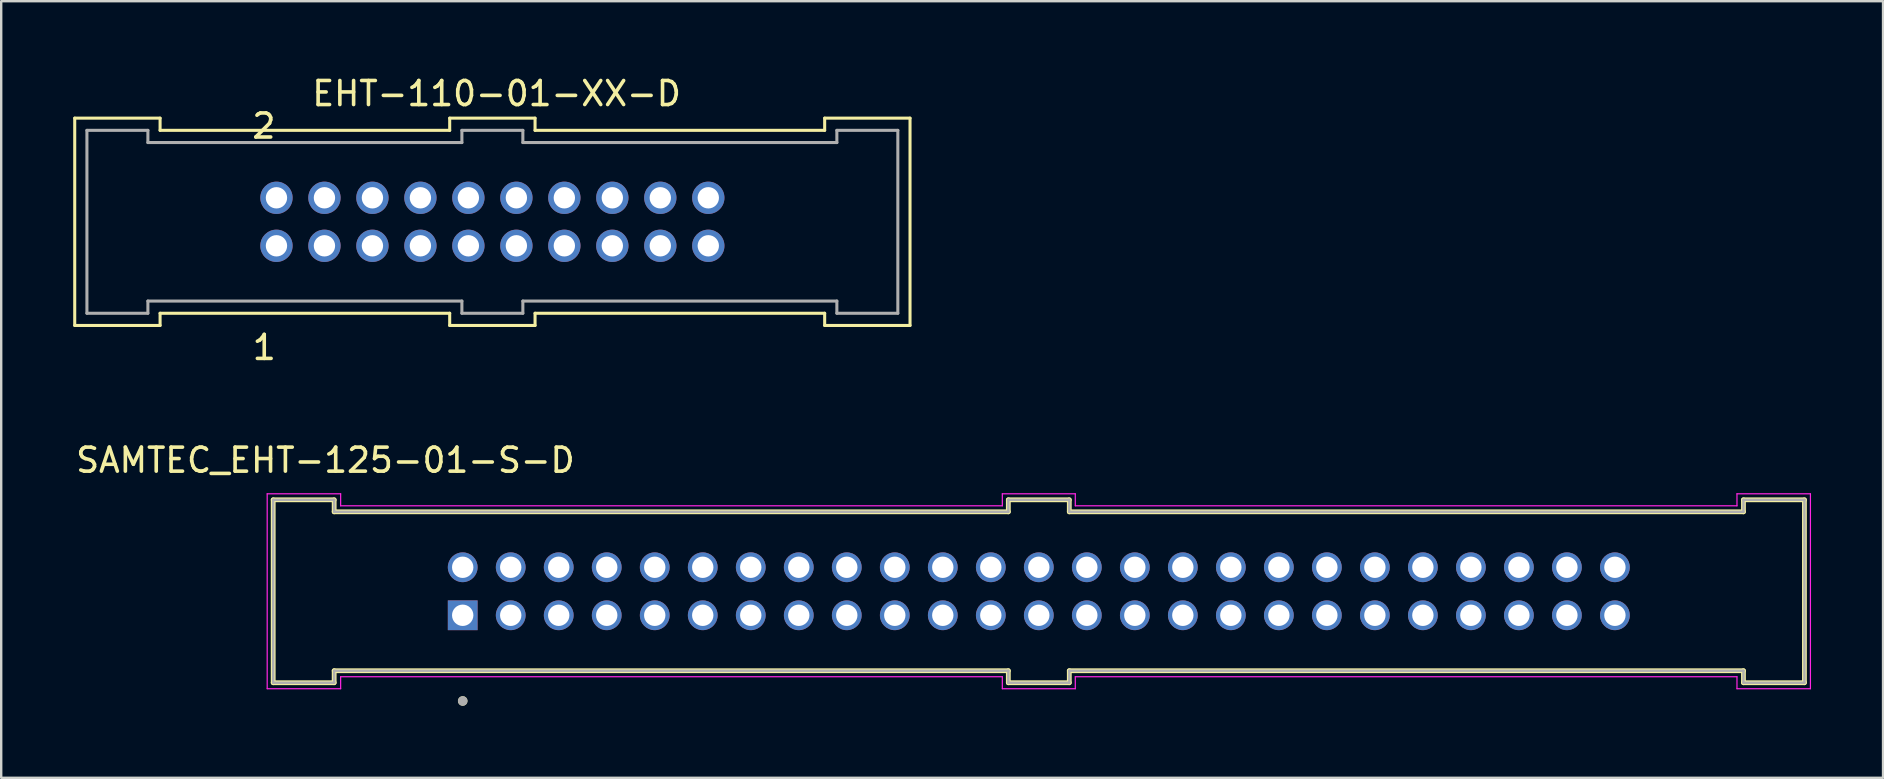
<source format=kicad_pcb>
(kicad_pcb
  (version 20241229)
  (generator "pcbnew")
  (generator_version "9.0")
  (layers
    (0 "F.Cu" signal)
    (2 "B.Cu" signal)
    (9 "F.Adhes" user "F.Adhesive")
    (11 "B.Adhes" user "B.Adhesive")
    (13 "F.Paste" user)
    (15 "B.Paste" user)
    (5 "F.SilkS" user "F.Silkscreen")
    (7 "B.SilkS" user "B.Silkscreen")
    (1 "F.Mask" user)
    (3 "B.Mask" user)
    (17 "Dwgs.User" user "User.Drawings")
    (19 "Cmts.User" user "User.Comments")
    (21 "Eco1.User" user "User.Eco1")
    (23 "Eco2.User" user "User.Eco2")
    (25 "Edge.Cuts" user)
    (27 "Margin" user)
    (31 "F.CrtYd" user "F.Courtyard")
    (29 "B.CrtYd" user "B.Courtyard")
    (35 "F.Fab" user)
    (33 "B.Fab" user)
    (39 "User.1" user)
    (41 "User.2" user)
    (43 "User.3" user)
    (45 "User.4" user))
  (footprint "EHT-110-01-XX-D"
    (layer "F.Cu")
    (at 17.462 6.19)
    (property "Reference" "EHT-110-01-XX-D" (at 0.177 -5.341 0) (layer "F.SilkS") (effects (font (size 1.001 1.001) (thickness 0.15))))
    (attr through_hole)
    (fp_line (start -17.399 -4.318) (end -13.843 -4.318) (stroke (width 0.127) (type solid)) (layer "F.SilkS"))
    (fp_line (start -17.399 4.318) (end -17.399 -4.318) (stroke (width 0.127) (type solid)) (layer "F.SilkS"))
    (fp_line (start -13.843 -4.318) (end -13.843 -3.81) (stroke (width 0.127) (type solid)) (layer "F.SilkS"))
    (fp_line (start -13.843 -3.81) (end -1.778 -3.81) (stroke (width 0.127) (type solid)) (layer "F.SilkS"))
    (fp_line (start -13.843 3.81) (end -13.843 4.318) (stroke (width 0.127) (type solid)) (layer "F.SilkS"))
    (fp_line (start -13.843 4.318) (end -17.399 4.318) (stroke (width 0.127) (type solid)) (layer "F.SilkS"))
    (fp_line (start -1.778 -4.318) (end 1.778 -4.318) (stroke (width 0.127) (type solid)) (layer "F.SilkS"))
    (fp_line (start -1.778 -3.81) (end -1.778 -4.318) (stroke (width 0.127) (type solid)) (layer "F.SilkS"))
    (fp_line (start -1.778 3.81) (end -13.843 3.81) (stroke (width 0.127) (type solid)) (layer "F.SilkS"))
    (fp_line (start -1.778 4.318) (end -1.778 3.81) (stroke (width 0.127) (type solid)) (layer "F.SilkS"))
    (fp_line (start 1.778 -4.318) (end 1.778 -3.81) (stroke (width 0.127) (type solid)) (layer "F.SilkS"))
    (fp_line (start 1.778 -3.81) (end 13.843 -3.81) (stroke (width 0.127) (type solid)) (layer "F.SilkS"))
    (fp_line (start 1.778 3.81) (end 1.778 4.318) (stroke (width 0.127) (type solid)) (layer "F.SilkS"))
    (fp_line (start 1.778 4.318) (end -1.778 4.318) (stroke (width 0.127) (type solid)) (layer "F.SilkS"))
    (fp_line (start 13.843 -4.318) (end 17.399 -4.318) (stroke (width 0.127) (type solid)) (layer "F.SilkS"))
    (fp_line (start 13.843 -3.81) (end 13.843 -4.318) (stroke (width 0.127) (type solid)) (layer "F.SilkS"))
    (fp_line (start 13.843 3.81) (end 1.778 3.81) (stroke (width 0.127) (type solid)) (layer "F.SilkS"))
    (fp_line (start 13.843 4.318) (end 13.843 3.81) (stroke (width 0.127) (type solid)) (layer "F.SilkS"))
    (fp_line (start 17.399 -4.318) (end 17.399 4.318) (stroke (width 0.127) (type solid)) (layer "F.SilkS"))
    (fp_line (start 17.399 4.318) (end 13.843 4.318) (stroke (width 0.127) (type solid)) (layer "F.SilkS"))
    (fp_line (start -16.891 -3.81) (end -14.351 -3.81) (stroke (width 0.127) (type solid)) (layer "F.Fab"))
    (fp_line (start -16.891 3.81) (end -16.891 -3.81) (stroke (width 0.127) (type solid)) (layer "F.Fab"))
    (fp_line (start -14.351 -3.81) (end -14.351 -3.302) (stroke (width 0.127) (type solid)) (layer "F.Fab"))
    (fp_line (start -14.351 -3.302) (end -1.27 -3.302) (stroke (width 0.127) (type solid)) (layer "F.Fab"))
    (fp_line (start -14.351 3.302) (end -14.351 3.81) (stroke (width 0.127) (type solid)) (layer "F.Fab"))
    (fp_line (start -14.351 3.81) (end -16.891 3.81) (stroke (width 0.127) (type solid)) (layer "F.Fab"))
    (fp_line (start -1.27 -3.81) (end 1.27 -3.81) (stroke (width 0.127) (type solid)) (layer "F.Fab"))
    (fp_line (start -1.27 -3.302) (end -1.27 -3.81) (stroke (width 0.127) (type solid)) (layer "F.Fab"))
    (fp_line (start -1.27 3.302) (end -14.351 3.302) (stroke (width 0.127) (type solid)) (layer "F.Fab"))
    (fp_line (start -1.27 3.81) (end -1.27 3.302) (stroke (width 0.127) (type solid)) (layer "F.Fab"))
    (fp_line (start 1.27 -3.81) (end 1.27 -3.302) (stroke (width 0.127) (type solid)) (layer "F.Fab"))
    (fp_line (start 1.27 -3.302) (end 14.351 -3.302) (stroke (width 0.127) (type solid)) (layer "F.Fab"))
    (fp_line (start 1.27 3.302) (end 1.27 3.81) (stroke (width 0.127) (type solid)) (layer "F.Fab"))
    (fp_line (start 1.27 3.81) (end -1.27 3.81) (stroke (width 0.127) (type solid)) (layer "F.Fab"))
    (fp_line (start 14.351 -3.81) (end 16.891 -3.81) (stroke (width 0.127) (type solid)) (layer "F.Fab"))
    (fp_line (start 14.351 -3.302) (end 14.351 -3.81) (stroke (width 0.127) (type solid)) (layer "F.Fab"))
    (fp_line (start 14.351 3.302) (end 1.27 3.302) (stroke (width 0.127) (type solid)) (layer "F.Fab"))
    (fp_line (start 14.351 3.81) (end 14.351 3.302) (stroke (width 0.127) (type solid)) (layer "F.Fab"))
    (fp_line (start 16.891 -3.81) (end 16.891 3.81) (stroke (width 0.127) (type solid)) (layer "F.Fab"))
    (fp_line (start 16.891 3.81) (end 14.351 3.81) (stroke (width 0.127) (type solid)) (layer "F.Fab"))
    (fp_text user "1" (at -9.504 5.235 0) (layer "F.SilkS") (effects (font (size 1 1) (thickness 0.15))))
    (fp_text user "2" (at -9.521 -3.989 0) (layer "F.SilkS") (effects (font (size 1.002 1.002) (thickness 0.15))))
    (pad "1" thru_hole circle (at -8.995 1) (size 1.346 1.346) (drill 0.889) (layers "*.Cu" "*.Mask"))
    (pad "2" thru_hole circle (at -8.995 -1) (size 1.346 1.346) (drill 0.889) (layers "*.Cu" "*.Mask"))
    (pad "3" thru_hole circle (at -6.996 1) (size 1.346 1.346) (drill 0.889) (layers "*.Cu" "*.Mask"))
    (pad "4" thru_hole circle (at -6.996 -1) (size 1.346 1.346) (drill 0.889) (layers "*.Cu" "*.Mask"))
    (pad "5" thru_hole circle (at -4.997 1) (size 1.346 1.346) (drill 0.889) (layers "*.Cu" "*.Mask"))
    (pad "6" thru_hole circle (at -4.997 -1) (size 1.346 1.346) (drill 0.889) (layers "*.Cu" "*.Mask"))
    (pad "7" thru_hole circle (at -2.998 1) (size 1.346 1.346) (drill 0.889) (layers "*.Cu" "*.Mask"))
    (pad "8" thru_hole circle (at -2.998 -1) (size 1.346 1.346) (drill 0.889) (layers "*.Cu" "*.Mask"))
    (pad "9" thru_hole circle (at -1 1) (size 1.346 1.346) (drill 0.889) (layers "*.Cu" "*.Mask"))
    (pad "10" thru_hole circle (at -1 -1) (size 1.346 1.346) (drill 0.889) (layers "*.Cu" "*.Mask"))
    (pad "11" thru_hole circle (at 1 1) (size 1.346 1.346) (drill 0.889) (layers "*.Cu" "*.Mask"))
    (pad "12" thru_hole circle (at 1 -1) (size 1.346 1.346) (drill 0.889) (layers "*.Cu" "*.Mask"))
    (pad "13" thru_hole circle (at 2.998 1) (size 1.346 1.346) (drill 0.889) (layers "*.Cu" "*.Mask"))
    (pad "14" thru_hole circle (at 2.998 -1) (size 1.346 1.346) (drill 0.889) (layers "*.Cu" "*.Mask"))
    (pad "15" thru_hole circle (at 4.997 1) (size 1.346 1.346) (drill 0.889) (layers "*.Cu" "*.Mask"))
    (pad "16" thru_hole circle (at 4.997 -1) (size 1.346 1.346) (drill 0.889) (layers "*.Cu" "*.Mask"))
    (pad "17" thru_hole circle (at 6.996 1) (size 1.346 1.346) (drill 0.889) (layers "*.Cu" "*.Mask"))
    (pad "18" thru_hole circle (at 6.996 -1) (size 1.346 1.346) (drill 0.889) (layers "*.Cu" "*.Mask"))
    (pad "19" thru_hole circle (at 8.995 1) (size 1.346 1.346) (drill 0.889) (layers "*.Cu" "*.Mask"))
    (pad "20" thru_hole circle (at 8.995 -1) (size 1.346 1.346) (drill 0.889) (layers "*.Cu" "*.Mask")))
  (footprint "SAMTEC_EHT-125-01-S-D"
    (layer "F.Cu")
    (at 40.226 21.582)
    (property "Reference" "SAMTEC_EHT-125-01-S-D" (at -29.72 -5.46 0) (layer "F.SilkS") (effects (font (size 1 1) (thickness 0.15))))
    (attr through_hole)
    (fp_line (start -31.895 -3.81) (end -29.355 -3.81) (stroke (width 0.2) (type solid)) (layer "F.SilkS"))
    (fp_line (start -31.895 3.81) (end -31.895 -3.81) (stroke (width 0.2) (type solid)) (layer "F.SilkS"))
    (fp_line (start -31.895 3.81) (end -29.355 3.81) (stroke (width 0.2) (type solid)) (layer "F.SilkS"))
    (fp_line (start -29.355 -3.31) (end -29.355 -3.81) (stroke (width 0.2) (type solid)) (layer "F.SilkS"))
    (fp_line (start -29.355 -3.31) (end -1.27 -3.31) (stroke (width 0.2) (type solid)) (layer "F.SilkS"))
    (fp_line (start -29.355 3.31) (end -29.355 3.81) (stroke (width 0.2) (type solid)) (layer "F.SilkS"))
    (fp_line (start -29.355 3.31) (end -1.27 3.31) (stroke (width 0.2) (type solid)) (layer "F.SilkS"))
    (fp_line (start -1.27 -3.81) (end 1.27 -3.81) (stroke (width 0.2) (type solid)) (layer "F.SilkS"))
    (fp_line (start -1.27 -3.31) (end -1.27 -3.81) (stroke (width 0.2) (type solid)) (layer "F.SilkS"))
    (fp_line (start -1.27 3.31) (end -1.27 3.81) (stroke (width 0.2) (type solid)) (layer "F.SilkS"))
    (fp_line (start -1.27 3.81) (end 1.27 3.81) (stroke (width 0.2) (type solid)) (layer "F.SilkS"))
    (fp_line (start 1.27 -3.31) (end 1.27 -3.81) (stroke (width 0.2) (type solid)) (layer "F.SilkS"))
    (fp_line (start 1.27 3.31) (end 1.27 3.81) (stroke (width 0.2) (type solid)) (layer "F.SilkS"))
    (fp_line (start 29.355 -3.31) (end 1.27 -3.31) (stroke (width 0.2) (type solid)) (layer "F.SilkS"))
    (fp_line (start 29.355 -3.31) (end 29.355 -3.81) (stroke (width 0.2) (type solid)) (layer "F.SilkS"))
    (fp_line (start 29.355 3.31) (end 1.27 3.31) (stroke (width 0.2) (type solid)) (layer "F.SilkS"))
    (fp_line (start 29.355 3.31) (end 29.355 3.81) (stroke (width 0.2) (type solid)) (layer "F.SilkS"))
    (fp_line (start 31.895 -3.81) (end 29.355 -3.81) (stroke (width 0.2) (type solid)) (layer "F.SilkS"))
    (fp_line (start 31.895 3.81) (end 29.355 3.81) (stroke (width 0.2) (type solid)) (layer "F.SilkS"))
    (fp_line (start 31.895 3.81) (end 31.895 -3.81) (stroke (width 0.2) (type solid)) (layer "F.SilkS"))
    (fp_circle (center -24 4.57) (end -23.9 4.57) (stroke (width 0.2) (type solid)) (fill no) (layer "F.SilkS"))
    (fp_line (start -32.145 -4.06) (end -29.085 -4.06) (stroke (width 0.05) (type solid)) (layer "F.CrtYd"))
    (fp_line (start -32.145 4.06) (end -32.145 -4.06) (stroke (width 0.05) (type solid)) (layer "F.CrtYd"))
    (fp_line (start -32.145 4.06) (end -29.085 4.06) (stroke (width 0.05) (type solid)) (layer "F.CrtYd"))
    (fp_line (start -29.085 -3.56) (end -29.085 -4.06) (stroke (width 0.05) (type solid)) (layer "F.CrtYd"))
    (fp_line (start -29.085 -3.56) (end -1.52 -3.56) (stroke (width 0.05) (type solid)) (layer "F.CrtYd"))
    (fp_line (start -29.085 3.56) (end -29.085 4.06) (stroke (width 0.05) (type solid)) (layer "F.CrtYd"))
    (fp_line (start -29.085 3.56) (end -1.52 3.56) (stroke (width 0.05) (type solid)) (layer "F.CrtYd"))
    (fp_line (start -1.52 -4.06) (end 1.52 -4.06) (stroke (width 0.05) (type solid)) (layer "F.CrtYd"))
    (fp_line (start -1.52 -3.56) (end -1.52 -4.06) (stroke (width 0.05) (type solid)) (layer "F.CrtYd"))
    (fp_line (start -1.52 3.56) (end -1.52 4.06) (stroke (width 0.05) (type solid)) (layer "F.CrtYd"))
    (fp_line (start -1.52 4.06) (end 1.52 4.06) (stroke (width 0.05) (type solid)) (layer "F.CrtYd"))
    (fp_line (start 1.52 -3.56) (end 1.52 -4.06) (stroke (width 0.05) (type solid)) (layer "F.CrtYd"))
    (fp_line (start 1.52 3.56) (end 1.52 4.06) (stroke (width 0.05) (type solid)) (layer "F.CrtYd"))
    (fp_line (start 29.085 -3.56) (end 1.52 -3.56) (stroke (width 0.05) (type solid)) (layer "F.CrtYd"))
    (fp_line (start 29.085 -3.56) (end 29.085 -4.06) (stroke (width 0.05) (type solid)) (layer "F.CrtYd"))
    (fp_line (start 29.085 3.56) (end 1.52 3.56) (stroke (width 0.05) (type solid)) (layer "F.CrtYd"))
    (fp_line (start 29.085 3.56) (end 29.085 4.06) (stroke (width 0.05) (type solid)) (layer "F.CrtYd"))
    (fp_line (start 32.145 -4.06) (end 29.085 -4.06) (stroke (width 0.05) (type solid)) (layer "F.CrtYd"))
    (fp_line (start 32.145 4.06) (end 29.085 4.06) (stroke (width 0.05) (type solid)) (layer "F.CrtYd"))
    (fp_line (start 32.145 4.06) (end 32.145 -4.06) (stroke (width 0.05) (type solid)) (layer "F.CrtYd"))
    (fp_line (start -31.895 -3.81) (end -29.355 -3.81) (stroke (width 0.1) (type solid)) (layer "F.Fab"))
    (fp_line (start -31.895 3.81) (end -31.895 -3.81) (stroke (width 0.1) (type solid)) (layer "F.Fab"))
    (fp_line (start -31.895 3.81) (end -29.355 3.81) (stroke (width 0.1) (type solid)) (layer "F.Fab"))
    (fp_line (start -29.355 -3.31) (end -29.355 -3.81) (stroke (width 0.1) (type solid)) (layer "F.Fab"))
    (fp_line (start -29.355 -3.31) (end -1.27 -3.31) (stroke (width 0.1) (type solid)) (layer "F.Fab"))
    (fp_line (start -29.355 3.31) (end -29.355 3.81) (stroke (width 0.1) (type solid)) (layer "F.Fab"))
    (fp_line (start -29.355 3.31) (end -1.27 3.31) (stroke (width 0.1) (type solid)) (layer "F.Fab"))
    (fp_line (start -1.27 -3.81) (end 1.27 -3.81) (stroke (width 0.1) (type solid)) (layer "F.Fab"))
    (fp_line (start -1.27 -3.31) (end -1.27 -3.81) (stroke (width 0.1) (type solid)) (layer "F.Fab"))
    (fp_line (start -1.27 3.31) (end -1.27 3.81) (stroke (width 0.1) (type solid)) (layer "F.Fab"))
    (fp_line (start -1.27 3.81) (end 1.27 3.81) (stroke (width 0.1) (type solid)) (layer "F.Fab"))
    (fp_line (start 1.27 -3.31) (end 1.27 -3.81) (stroke (width 0.1) (type solid)) (layer "F.Fab"))
    (fp_line (start 1.27 3.31) (end 1.27 3.81) (stroke (width 0.1) (type solid)) (layer "F.Fab"))
    (fp_line (start 29.355 -3.31) (end 1.27 -3.31) (stroke (width 0.1) (type solid)) (layer "F.Fab"))
    (fp_line (start 29.355 -3.31) (end 29.355 -3.81) (stroke (width 0.1) (type solid)) (layer "F.Fab"))
    (fp_line (start 29.355 3.31) (end 1.27 3.31) (stroke (width 0.1) (type solid)) (layer "F.Fab"))
    (fp_line (start 29.355 3.31) (end 29.355 3.81) (stroke (width 0.1) (type solid)) (layer "F.Fab"))
    (fp_line (start 31.895 -3.81) (end 29.355 -3.81) (stroke (width 0.1) (type solid)) (layer "F.Fab"))
    (fp_line (start 31.895 3.81) (end 29.355 3.81) (stroke (width 0.1) (type solid)) (layer "F.Fab"))
    (fp_line (start 31.895 3.81) (end 31.895 -3.81) (stroke (width 0.1) (type solid)) (layer "F.Fab"))
    (fp_circle (center -24 4.57) (end -23.9 4.57) (stroke (width 0.2) (type solid)) (fill no) (layer "F.Fab"))
    (pad "1" thru_hole rect (at -24 1) (size 1.24 1.24) (drill 0.89) (layers "*.Cu" "*.Mask"))
    (pad "2" thru_hole circle (at -24 -1) (size 1.24 1.24) (drill 0.89) (layers "*.Cu" "*.Mask"))
    (pad "3" thru_hole circle (at -22 1) (size 1.24 1.24) (drill 0.89) (layers "*.Cu" "*.Mask"))
    (pad "4" thru_hole circle (at -22 -1) (size 1.24 1.24) (drill 0.89) (layers "*.Cu" "*.Mask"))
    (pad "5" thru_hole circle (at -20 1) (size 1.24 1.24) (drill 0.89) (layers "*.Cu" "*.Mask"))
    (pad "6" thru_hole circle (at -20 -1) (size 1.24 1.24) (drill 0.89) (layers "*.Cu" "*.Mask"))
    (pad "7" thru_hole circle (at -18 1) (size 1.24 1.24) (drill 0.89) (layers "*.Cu" "*.Mask"))
    (pad "8" thru_hole circle (at -18 -1) (size 1.24 1.24) (drill 0.89) (layers "*.Cu" "*.Mask"))
    (pad "9" thru_hole circle (at -16 1) (size 1.24 1.24) (drill 0.89) (layers "*.Cu" "*.Mask"))
    (pad "10" thru_hole circle (at -16 -1) (size 1.24 1.24) (drill 0.89) (layers "*.Cu" "*.Mask"))
    (pad "11" thru_hole circle (at -14 1) (size 1.24 1.24) (drill 0.89) (layers "*.Cu" "*.Mask"))
    (pad "12" thru_hole circle (at -14 -1) (size 1.24 1.24) (drill 0.89) (layers "*.Cu" "*.Mask"))
    (pad "13" thru_hole circle (at -12 1) (size 1.24 1.24) (drill 0.89) (layers "*.Cu" "*.Mask"))
    (pad "14" thru_hole circle (at -12 -1) (size 1.24 1.24) (drill 0.89) (layers "*.Cu" "*.Mask"))
    (pad "15" thru_hole circle (at -10 1) (size 1.24 1.24) (drill 0.89) (layers "*.Cu" "*.Mask"))
    (pad "16" thru_hole circle (at -10 -1) (size 1.24 1.24) (drill 0.89) (layers "*.Cu" "*.Mask"))
    (pad "17" thru_hole circle (at -8 1) (size 1.24 1.24) (drill 0.89) (layers "*.Cu" "*.Mask"))
    (pad "18" thru_hole circle (at -8 -1) (size 1.24 1.24) (drill 0.89) (layers "*.Cu" "*.Mask"))
    (pad "19" thru_hole circle (at -6 1) (size 1.24 1.24) (drill 0.89) (layers "*.Cu" "*.Mask"))
    (pad "20" thru_hole circle (at -6 -1) (size 1.24 1.24) (drill 0.89) (layers "*.Cu" "*.Mask"))
    (pad "21" thru_hole circle (at -4 1) (size 1.24 1.24) (drill 0.89) (layers "*.Cu" "*.Mask"))
    (pad "22" thru_hole circle (at -4 -1) (size 1.24 1.24) (drill 0.89) (layers "*.Cu" "*.Mask"))
    (pad "23" thru_hole circle (at -2 1) (size 1.24 1.24) (drill 0.89) (layers "*.Cu" "*.Mask"))
    (pad "24" thru_hole circle (at -2 -1) (size 1.24 1.24) (drill 0.89) (layers "*.Cu" "*.Mask"))
    (pad "25" thru_hole circle (at 0 1) (size 1.24 1.24) (drill 0.89) (layers "*.Cu" "*.Mask"))
    (pad "26" thru_hole circle (at 0 -1) (size 1.24 1.24) (drill 0.89) (layers "*.Cu" "*.Mask"))
    (pad "27" thru_hole circle (at 2 1) (size 1.24 1.24) (drill 0.89) (layers "*.Cu" "*.Mask"))
    (pad "28" thru_hole circle (at 2 -1) (size 1.24 1.24) (drill 0.89) (layers "*.Cu" "*.Mask"))
    (pad "29" thru_hole circle (at 4 1) (size 1.24 1.24) (drill 0.89) (layers "*.Cu" "*.Mask"))
    (pad "30" thru_hole circle (at 4 -1) (size 1.24 1.24) (drill 0.89) (layers "*.Cu" "*.Mask"))
    (pad "31" thru_hole circle (at 6 1) (size 1.24 1.24) (drill 0.89) (layers "*.Cu" "*.Mask"))
    (pad "32" thru_hole circle (at 6 -1) (size 1.24 1.24) (drill 0.89) (layers "*.Cu" "*.Mask"))
    (pad "33" thru_hole circle (at 8 1) (size 1.24 1.24) (drill 0.89) (layers "*.Cu" "*.Mask"))
    (pad "34" thru_hole circle (at 8 -1) (size 1.24 1.24) (drill 0.89) (layers "*.Cu" "*.Mask"))
    (pad "35" thru_hole circle (at 10 1) (size 1.24 1.24) (drill 0.89) (layers "*.Cu" "*.Mask"))
    (pad "36" thru_hole circle (at 10 -1) (size 1.24 1.24) (drill 0.89) (layers "*.Cu" "*.Mask"))
    (pad "37" thru_hole circle (at 12 1) (size 1.24 1.24) (drill 0.89) (layers "*.Cu" "*.Mask"))
    (pad "38" thru_hole circle (at 12 -1) (size 1.24 1.24) (drill 0.89) (layers "*.Cu" "*.Mask"))
    (pad "39" thru_hole circle (at 14 1) (size 1.24 1.24) (drill 0.89) (layers "*.Cu" "*.Mask"))
    (pad "40" thru_hole circle (at 14 -1) (size 1.24 1.24) (drill 0.89) (layers "*.Cu" "*.Mask"))
    (pad "41" thru_hole circle (at 16 1) (size 1.24 1.24) (drill 0.89) (layers "*.Cu" "*.Mask"))
    (pad "42" thru_hole circle (at 16 -1) (size 1.24 1.24) (drill 0.89) (layers "*.Cu" "*.Mask"))
    (pad "43" thru_hole circle (at 18 1) (size 1.24 1.24) (drill 0.89) (layers "*.Cu" "*.Mask"))
    (pad "44" thru_hole circle (at 18 -1) (size 1.24 1.24) (drill 0.89) (layers "*.Cu" "*.Mask"))
    (pad "45" thru_hole circle (at 20 1) (size 1.24 1.24) (drill 0.89) (layers "*.Cu" "*.Mask"))
    (pad "46" thru_hole circle (at 20 -1) (size 1.24 1.24) (drill 0.89) (layers "*.Cu" "*.Mask"))
    (pad "47" thru_hole circle (at 22 1) (size 1.24 1.24) (drill 0.89) (layers "*.Cu" "*.Mask"))
    (pad "48" thru_hole circle (at 22 -1) (size 1.24 1.24) (drill 0.89) (layers "*.Cu" "*.Mask"))
    (pad "49" thru_hole circle (at 24 1) (size 1.24 1.24) (drill 0.89) (layers "*.Cu" "*.Mask"))
    (pad "50" thru_hole circle (at 24 -1) (size 1.24 1.24) (drill 0.89) (layers "*.Cu" "*.Mask")))
  (gr_rect
    (start -3 -3)
    (end 75.396 29.352)
    (stroke (width 0.1) (type default))
    (fill no)
    (layer "Edge.Cuts")))
</source>
